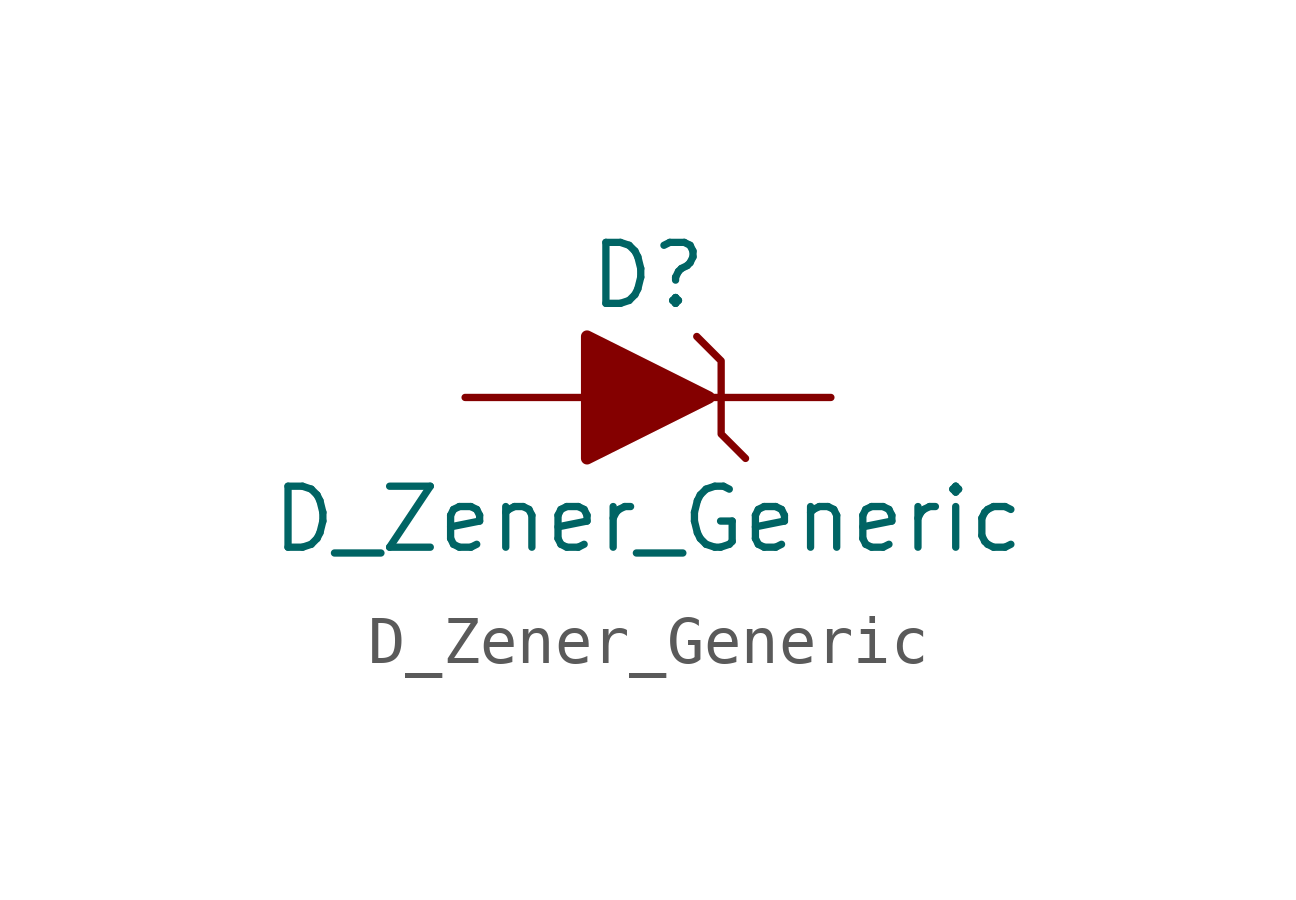
<source format=kicad_sym>
(kicad_symbol_lib
  (version 20231120)
  (generator "kicad_symbol_editor")
  (generator_version "8.0")
  (symbol "D_Zener_Generic"
    (pin_numbers hide)
    (pin_names
      (offset 1.016) hide)
    (property "Reference" "D"
      (at 0 2.54 0)
      (effects (font (size 1.27 1.27))))
    (property "Value" "D_Zener_Generic"
      (at 0 -2.54 0)
      (effects (font (size 1.27 1.27))))
    (symbol "D_Zener_Generic_0_1"
      (polyline (pts (xy -1.27 0) (xy 1.27 0)) (stroke (width 0) (type default)) (fill (type none)))
      (polyline (pts (xy -1.27 1.27) (xy -1.27 -1.27) (xy 1.27 0) (xy -1.27 1.27)) (stroke (width 0.254) (type default)) (fill (type outline)))
      (polyline (pts (xy 1.016 1.27) (xy 1.524 0.762) (xy 1.524 0) (xy 1.524 -0.762) (xy 2.032 -1.27)) (stroke (width 0) (type default)) (fill (type none))))
    (symbol "D_Zener_Generic_1_1"
      (pin passive line (at 3.81 0 180) (length 2.54) (name "K" (effects (font (size 1.27 1.27)))) (number "1" (effects (font (size 1.27 1.27)))))
      (pin passive line (at -3.81 0 0) (length 2.54) (name "A" (effects (font (size 1.27 1.27)))) (number "2" (effects (font (size 1.27 1.27))))))))
</source>
